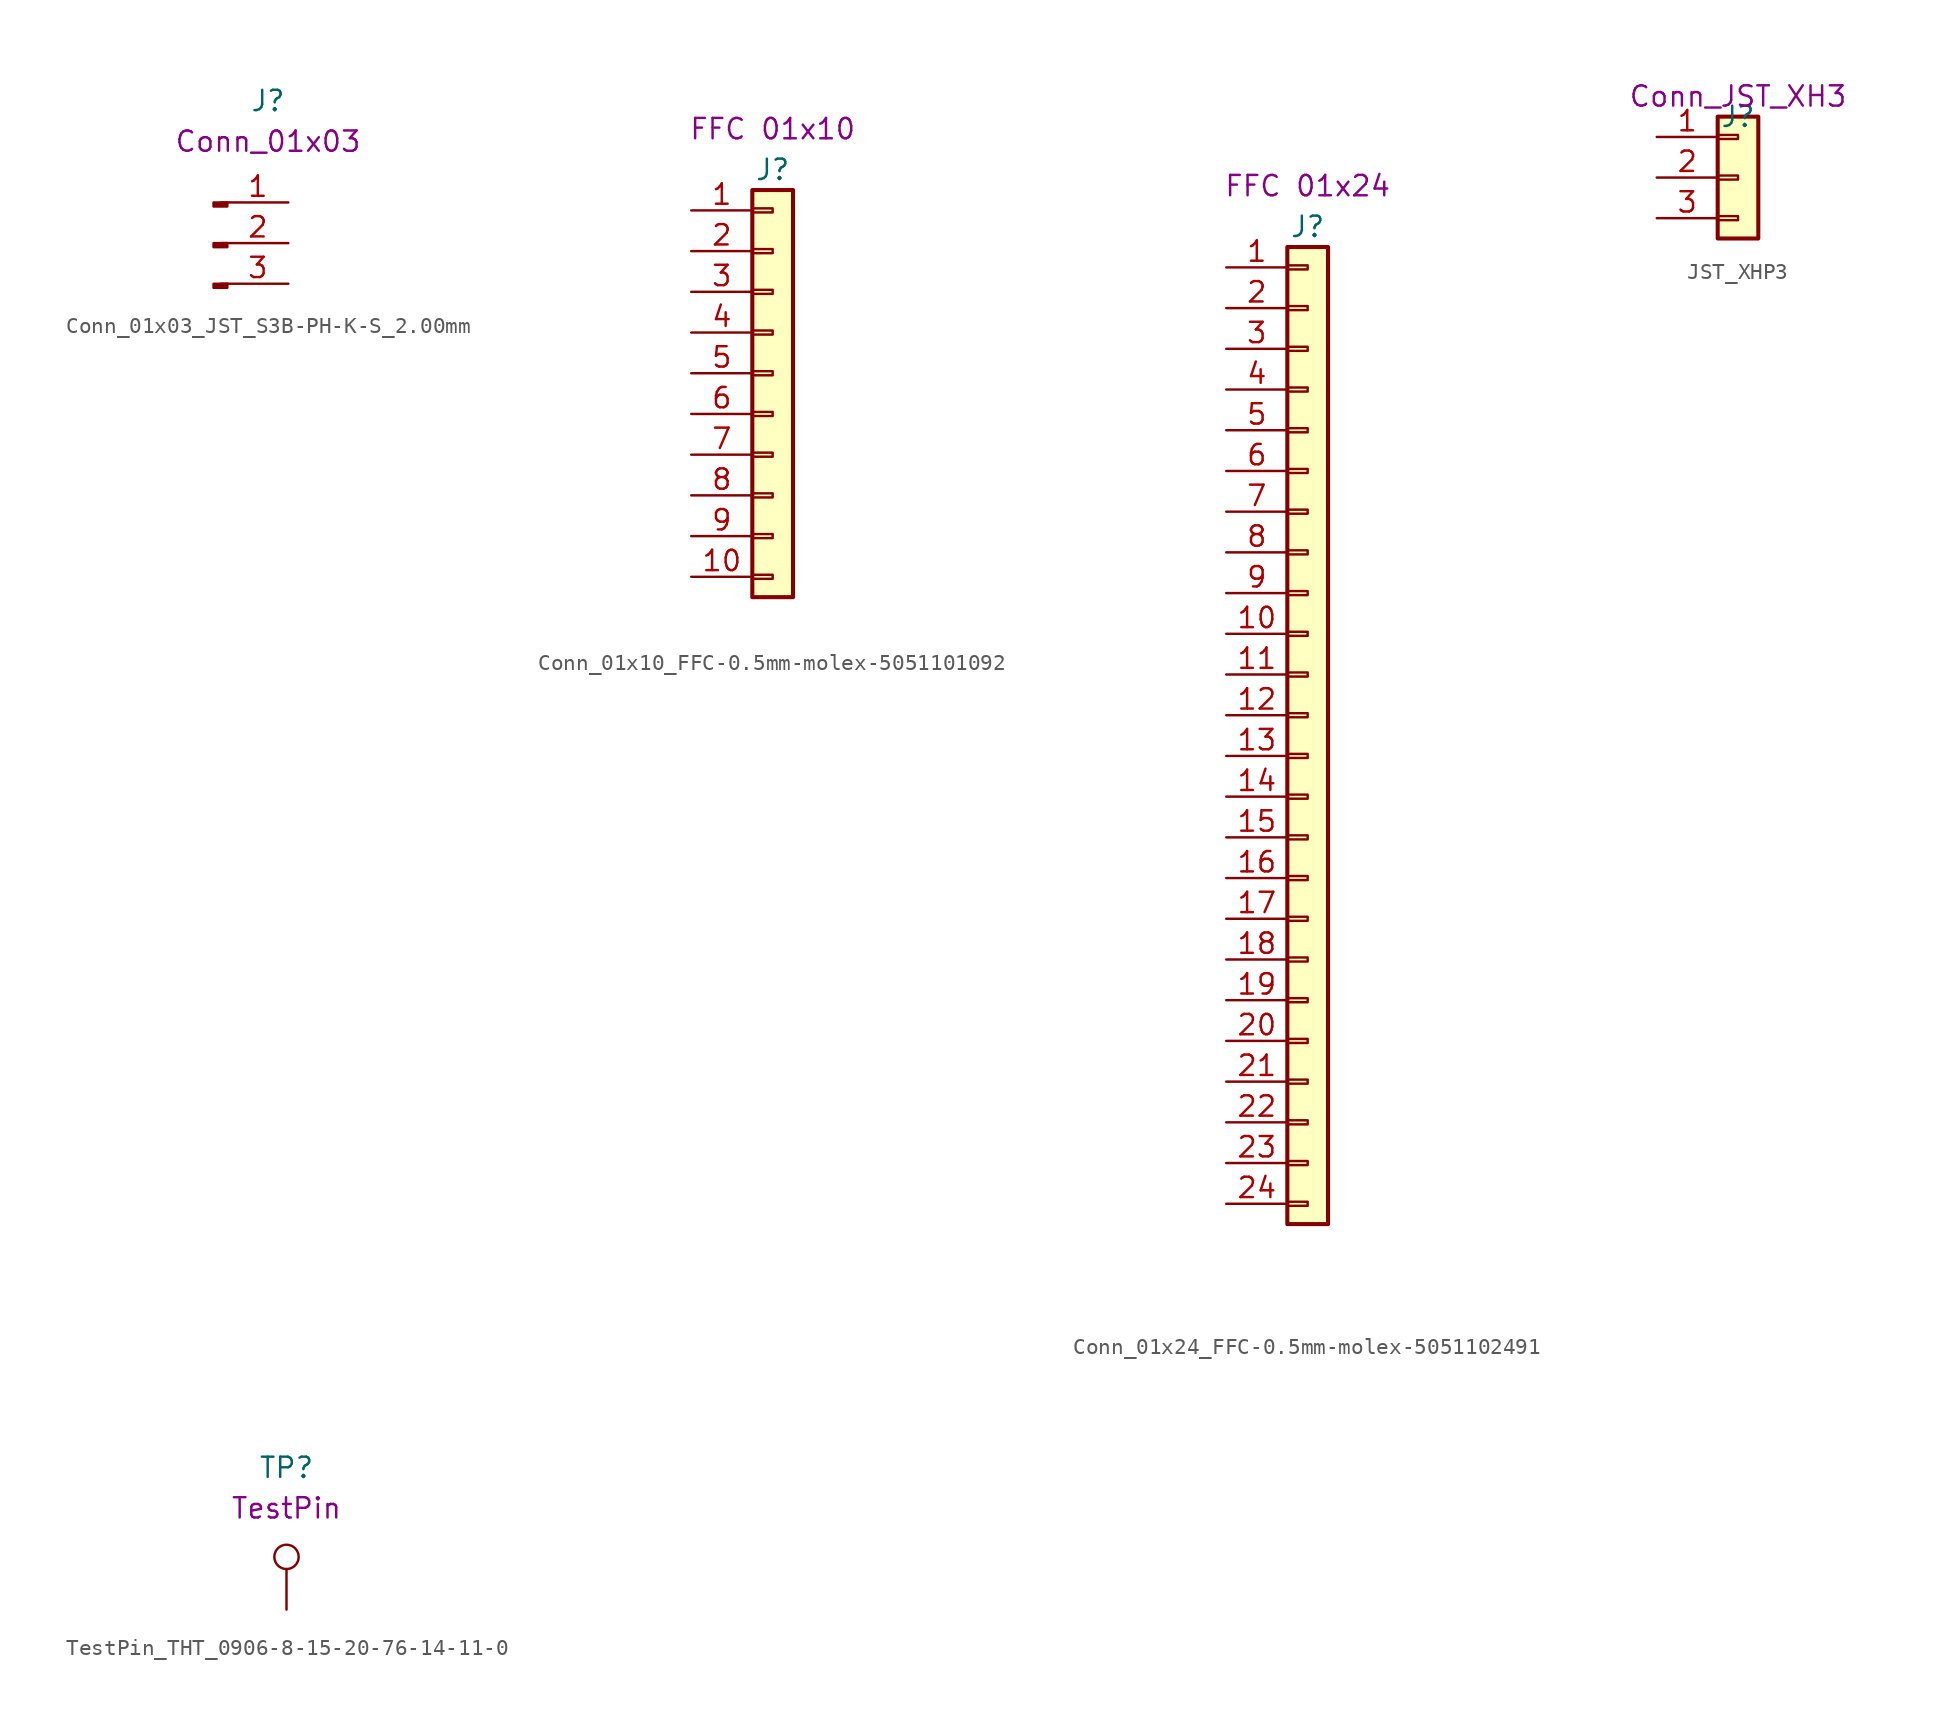
<source format=kicad_sym>
(kicad_symbol_lib
  (version 20211014)
  (generator kicad_symbol_editor)
  (symbol "Conn_01x03_JST_S3B-PH-K-S_2.00mm"
    (pin_names hide)
    (property "Reference" "J"
      (at 0 8.89 0)
      (effects (font (size 1.27 1.27))))
    (property "UserValue" "Conn_01x03"
      (at 0 6.35 0)
      (effects (font (size 1.27 1.27))))
    (symbol "Conn_01x03_JST_S3B-PH-K-S_2.00mm_1_1"
      (rectangle (start -2.54 -2.54) (end -3.404 -2.794) (stroke (width 0.152) (type default) (color 0 0 0 0)) (fill (type outline)))
      (rectangle (start -2.54 0) (end -3.404 -0.254) (stroke (width 0.152) (type default) (color 0 0 0 0)) (fill (type outline)))
      (rectangle (start -2.54 2.54) (end -3.404 2.286) (stroke (width 0.152) (type default) (color 0 0 0 0)) (fill (type outline)))
      (polyline (pts (xy -2.54 -2.54) (xy -2.946 -2.54)) (stroke (width 0.152) (type default) (color 0 0 0 0)) (fill (type none)))
      (polyline (pts (xy -2.54 0) (xy -2.946 0)) (stroke (width 0.152) (type default) (color 0 0 0 0)) (fill (type none)))
      (polyline (pts (xy -2.54 2.54) (xy -2.946 2.54)) (stroke (width 0.152) (type default) (color 0 0 0 0)) (fill (type none)))
      (pin passive line (at 1.27 2.54 180) (length 3.81) (name "Pin_1" (effects (font (size 1.27 1.27)))) (number "1" (effects (font (size 1.27 1.27)))))
      (pin passive line (at 1.27 0 180) (length 3.81) (name "Pin_2" (effects (font (size 1.27 1.27)))) (number "2" (effects (font (size 1.27 1.27)))))
      (pin passive line (at 1.27 -2.54 180) (length 3.81) (name "Pin_3" (effects (font (size 1.27 1.27)))) (number "3" (effects (font (size 1.27 1.27)))))))
  (symbol "Conn_01x10_FFC-0.5mm-molex-5051101092"
    (pin_names
      (offset 1.016) hide)
    (property "Reference" "J"
      (at 1.27 13.97 0)
      (effects (font (size 1.27 1.27))))
    (property "UserValue" "FFC 01x10"
      (at 1.27 16.51 0)
      (effects (font (size 1.27 1.27))))
    (symbol "Conn_01x10_FFC-0.5mm-molex-5051101092_1_1"
      (rectangle (start 0 -11.303) (end 1.27 -11.557) (stroke (width 0.152) (type default) (color 0 0 0 0)) (fill (type none)))
      (rectangle (start 0 -8.763) (end 1.27 -9.017) (stroke (width 0.152) (type default) (color 0 0 0 0)) (fill (type none)))
      (rectangle (start 0 -6.223) (end 1.27 -6.477) (stroke (width 0.152) (type default) (color 0 0 0 0)) (fill (type none)))
      (rectangle (start 0 -3.683) (end 1.27 -3.937) (stroke (width 0.152) (type default) (color 0 0 0 0)) (fill (type none)))
      (rectangle (start 0 -1.143) (end 1.27 -1.397) (stroke (width 0.152) (type default) (color 0 0 0 0)) (fill (type none)))
      (rectangle (start 0 1.397) (end 1.27 1.143) (stroke (width 0.152) (type default) (color 0 0 0 0)) (fill (type none)))
      (rectangle (start 0 3.937) (end 1.27 3.683) (stroke (width 0.152) (type default) (color 0 0 0 0)) (fill (type none)))
      (rectangle (start 0 6.477) (end 1.27 6.223) (stroke (width 0.152) (type default) (color 0 0 0 0)) (fill (type none)))
      (rectangle (start 0 9.017) (end 1.27 8.763) (stroke (width 0.152) (type default) (color 0 0 0 0)) (fill (type none)))
      (rectangle (start 0 11.557) (end 1.27 11.303) (stroke (width 0.152) (type default) (color 0 0 0 0)) (fill (type none)))
      (rectangle (start 0 12.7) (end 2.54 -12.7) (stroke (width 0.254) (type default) (color 0 0 0 0)) (fill (type background)))
      (pin passive line (at -3.81 11.43 0) (length 3.81) (name "Pin_1" (effects (font (size 1.27 1.27)))) (number "1" (effects (font (size 1.27 1.27)))))
      (pin passive line (at -3.81 -11.43 0) (length 3.81) (name "Pin_10" (effects (font (size 1.27 1.27)))) (number "10" (effects (font (size 1.27 1.27)))))
      (pin passive line (at -3.81 8.89 0) (length 3.81) (name "Pin_2" (effects (font (size 1.27 1.27)))) (number "2" (effects (font (size 1.27 1.27)))))
      (pin passive line (at -3.81 6.35 0) (length 3.81) (name "Pin_3" (effects (font (size 1.27 1.27)))) (number "3" (effects (font (size 1.27 1.27)))))
      (pin passive line (at -3.81 3.81 0) (length 3.81) (name "Pin_4" (effects (font (size 1.27 1.27)))) (number "4" (effects (font (size 1.27 1.27)))))
      (pin passive line (at -3.81 1.27 0) (length 3.81) (name "Pin_5" (effects (font (size 1.27 1.27)))) (number "5" (effects (font (size 1.27 1.27)))))
      (pin passive line (at -3.81 -1.27 0) (length 3.81) (name "Pin_6" (effects (font (size 1.27 1.27)))) (number "6" (effects (font (size 1.27 1.27)))))
      (pin passive line (at -3.81 -3.81 0) (length 3.81) (name "Pin_7" (effects (font (size 1.27 1.27)))) (number "7" (effects (font (size 1.27 1.27)))))
      (pin passive line (at -3.81 -6.35 0) (length 3.81) (name "Pin_8" (effects (font (size 1.27 1.27)))) (number "8" (effects (font (size 1.27 1.27)))))
      (pin passive line (at -3.81 -8.89 0) (length 3.81) (name "Pin_9" (effects (font (size 1.27 1.27)))) (number "9" (effects (font (size 1.27 1.27)))))))
  (symbol "Conn_01x24_FFC-0.5mm-molex-5051102491"
    (pin_names
      (offset 1.016) hide)
    (property "Reference" "J"
      (at 0 30.48 0)
      (effects (font (size 1.27 1.27))))
    (property "UserValue" "FFC 01x24"
      (at 0 33.02 0)
      (effects (font (size 1.27 1.27))))
    (symbol "Conn_01x24_FFC-0.5mm-molex-5051102491_1_1"
      (rectangle (start -1.27 -30.353) (end 0 -30.607) (stroke (width 0.152) (type default) (color 0 0 0 0)) (fill (type none)))
      (rectangle (start -1.27 -27.813) (end 0 -28.067) (stroke (width 0.152) (type default) (color 0 0 0 0)) (fill (type none)))
      (rectangle (start -1.27 -25.273) (end 0 -25.527) (stroke (width 0.152) (type default) (color 0 0 0 0)) (fill (type none)))
      (rectangle (start -1.27 -22.733) (end 0 -22.987) (stroke (width 0.152) (type default) (color 0 0 0 0)) (fill (type none)))
      (rectangle (start -1.27 -20.193) (end 0 -20.447) (stroke (width 0.152) (type default) (color 0 0 0 0)) (fill (type none)))
      (rectangle (start -1.27 -17.653) (end 0 -17.907) (stroke (width 0.152) (type default) (color 0 0 0 0)) (fill (type none)))
      (rectangle (start -1.27 -15.113) (end 0 -15.367) (stroke (width 0.152) (type default) (color 0 0 0 0)) (fill (type none)))
      (rectangle (start -1.27 -12.573) (end 0 -12.827) (stroke (width 0.152) (type default) (color 0 0 0 0)) (fill (type none)))
      (rectangle (start -1.27 -10.033) (end 0 -10.287) (stroke (width 0.152) (type default) (color 0 0 0 0)) (fill (type none)))
      (rectangle (start -1.27 -7.493) (end 0 -7.747) (stroke (width 0.152) (type default) (color 0 0 0 0)) (fill (type none)))
      (rectangle (start -1.27 -4.953) (end 0 -5.207) (stroke (width 0.152) (type default) (color 0 0 0 0)) (fill (type none)))
      (rectangle (start -1.27 -2.413) (end 0 -2.667) (stroke (width 0.152) (type default) (color 0 0 0 0)) (fill (type none)))
      (rectangle (start -1.27 0.127) (end 0 -0.127) (stroke (width 0.152) (type default) (color 0 0 0 0)) (fill (type none)))
      (rectangle (start -1.27 2.667) (end 0 2.413) (stroke (width 0.152) (type default) (color 0 0 0 0)) (fill (type none)))
      (rectangle (start -1.27 5.207) (end 0 4.953) (stroke (width 0.152) (type default) (color 0 0 0 0)) (fill (type none)))
      (rectangle (start -1.27 7.747) (end 0 7.493) (stroke (width 0.152) (type default) (color 0 0 0 0)) (fill (type none)))
      (rectangle (start -1.27 10.287) (end 0 10.033) (stroke (width 0.152) (type default) (color 0 0 0 0)) (fill (type none)))
      (rectangle (start -1.27 12.827) (end 0 12.573) (stroke (width 0.152) (type default) (color 0 0 0 0)) (fill (type none)))
      (rectangle (start -1.27 15.367) (end 0 15.113) (stroke (width 0.152) (type default) (color 0 0 0 0)) (fill (type none)))
      (rectangle (start -1.27 17.907) (end 0 17.653) (stroke (width 0.152) (type default) (color 0 0 0 0)) (fill (type none)))
      (rectangle (start -1.27 20.447) (end 0 20.193) (stroke (width 0.152) (type default) (color 0 0 0 0)) (fill (type none)))
      (rectangle (start -1.27 22.987) (end 0 22.733) (stroke (width 0.152) (type default) (color 0 0 0 0)) (fill (type none)))
      (rectangle (start -1.27 25.527) (end 0 25.273) (stroke (width 0.152) (type default) (color 0 0 0 0)) (fill (type none)))
      (rectangle (start -1.27 28.067) (end 0 27.813) (stroke (width 0.152) (type default) (color 0 0 0 0)) (fill (type none)))
      (rectangle (start -1.27 29.21) (end 1.27 -31.75) (stroke (width 0.254) (type default) (color 0 0 0 0)) (fill (type background)))
      (pin passive line (at -5.08 27.94 0) (length 3.81) (name "Pin_1" (effects (font (size 1.27 1.27)))) (number "1" (effects (font (size 1.27 1.27)))))
      (pin passive line (at -5.08 5.08 0) (length 3.81) (name "Pin_10" (effects (font (size 1.27 1.27)))) (number "10" (effects (font (size 1.27 1.27)))))
      (pin passive line (at -5.08 2.54 0) (length 3.81) (name "Pin_11" (effects (font (size 1.27 1.27)))) (number "11" (effects (font (size 1.27 1.27)))))
      (pin passive line (at -5.08 0 0) (length 3.81) (name "Pin_12" (effects (font (size 1.27 1.27)))) (number "12" (effects (font (size 1.27 1.27)))))
      (pin passive line (at -5.08 -2.54 0) (length 3.81) (name "Pin_13" (effects (font (size 1.27 1.27)))) (number "13" (effects (font (size 1.27 1.27)))))
      (pin passive line (at -5.08 -5.08 0) (length 3.81) (name "Pin_14" (effects (font (size 1.27 1.27)))) (number "14" (effects (font (size 1.27 1.27)))))
      (pin passive line (at -5.08 -7.62 0) (length 3.81) (name "Pin_15" (effects (font (size 1.27 1.27)))) (number "15" (effects (font (size 1.27 1.27)))))
      (pin passive line (at -5.08 -10.16 0) (length 3.81) (name "Pin_16" (effects (font (size 1.27 1.27)))) (number "16" (effects (font (size 1.27 1.27)))))
      (pin passive line (at -5.08 -12.7 0) (length 3.81) (name "Pin_17" (effects (font (size 1.27 1.27)))) (number "17" (effects (font (size 1.27 1.27)))))
      (pin passive line (at -5.08 -15.24 0) (length 3.81) (name "Pin_18" (effects (font (size 1.27 1.27)))) (number "18" (effects (font (size 1.27 1.27)))))
      (pin passive line (at -5.08 -17.78 0) (length 3.81) (name "Pin_19" (effects (font (size 1.27 1.27)))) (number "19" (effects (font (size 1.27 1.27)))))
      (pin passive line (at -5.08 25.4 0) (length 3.81) (name "Pin_2" (effects (font (size 1.27 1.27)))) (number "2" (effects (font (size 1.27 1.27)))))
      (pin passive line (at -5.08 -20.32 0) (length 3.81) (name "Pin_20" (effects (font (size 1.27 1.27)))) (number "20" (effects (font (size 1.27 1.27)))))
      (pin passive line (at -5.08 -22.86 0) (length 3.81) (name "Pin_21" (effects (font (size 1.27 1.27)))) (number "21" (effects (font (size 1.27 1.27)))))
      (pin passive line (at -5.08 -25.4 0) (length 3.81) (name "Pin_22" (effects (font (size 1.27 1.27)))) (number "22" (effects (font (size 1.27 1.27)))))
      (pin passive line (at -5.08 -27.94 0) (length 3.81) (name "Pin_23" (effects (font (size 1.27 1.27)))) (number "23" (effects (font (size 1.27 1.27)))))
      (pin passive line (at -5.08 -30.48 0) (length 3.81) (name "Pin_24" (effects (font (size 1.27 1.27)))) (number "24" (effects (font (size 1.27 1.27)))))
      (pin passive line (at -5.08 22.86 0) (length 3.81) (name "Pin_3" (effects (font (size 1.27 1.27)))) (number "3" (effects (font (size 1.27 1.27)))))
      (pin passive line (at -5.08 20.32 0) (length 3.81) (name "Pin_4" (effects (font (size 1.27 1.27)))) (number "4" (effects (font (size 1.27 1.27)))))
      (pin passive line (at -5.08 17.78 0) (length 3.81) (name "Pin_5" (effects (font (size 1.27 1.27)))) (number "5" (effects (font (size 1.27 1.27)))))
      (pin passive line (at -5.08 15.24 0) (length 3.81) (name "Pin_6" (effects (font (size 1.27 1.27)))) (number "6" (effects (font (size 1.27 1.27)))))
      (pin passive line (at -5.08 12.7 0) (length 3.81) (name "Pin_7" (effects (font (size 1.27 1.27)))) (number "7" (effects (font (size 1.27 1.27)))))
      (pin passive line (at -5.08 10.16 0) (length 3.81) (name "Pin_8" (effects (font (size 1.27 1.27)))) (number "8" (effects (font (size 1.27 1.27)))))
      (pin passive line (at -5.08 7.62 0) (length 3.81) (name "Pin_9" (effects (font (size 1.27 1.27)))) (number "9" (effects (font (size 1.27 1.27)))))))
  (symbol "JST_XHP3"
    (pin_names
      (offset 1.016) hide)
    (property "Reference" "J"
      (at 0 2.54 0)
      (effects (font (size 1.27 1.27))))
    (property "UserValue" "Conn_JST_XH3"
      (at 0 3.81 0)
      (effects (font (size 1.27 1.27))))
    (symbol "JST_XHP3_1_1"
      (rectangle (start -1.27 -3.683) (end 0 -3.937) (stroke (width 0.152) (type default) (color 0 0 0 0)) (fill (type none)))
      (rectangle (start -1.27 -1.143) (end 0 -1.397) (stroke (width 0.152) (type default) (color 0 0 0 0)) (fill (type none)))
      (rectangle (start -1.27 1.397) (end 0 1.143) (stroke (width 0.152) (type default) (color 0 0 0 0)) (fill (type none)))
      (rectangle (start -1.27 2.54) (end 1.27 -5.08) (stroke (width 0.254) (type default) (color 0 0 0 0)) (fill (type background)))
      (pin passive line (at -5.08 1.27 0) (length 3.81) (name "Pin_1" (effects (font (size 1.27 1.27)))) (number "1" (effects (font (size 1.27 1.27)))))
      (pin passive line (at -5.08 -1.27 0) (length 3.81) (name "Pin_2" (effects (font (size 1.27 1.27)))) (number "2" (effects (font (size 1.27 1.27)))))
      (pin passive line (at -5.08 -3.81 0) (length 3.81) (name "Pin_3" (effects (font (size 1.27 1.27)))) (number "3" (effects (font (size 1.27 1.27)))))))
  (symbol "TestPin_THT_0906-8-15-20-76-14-11-0"
    (pin_numbers hide)
    (pin_names
      (offset 0.762) hide)
    (property "Reference" "TP"
      (at 0 8.89 0)
      (effects (font (size 1.27 1.27))))
    (property "UserValue" "TestPin"
      (at 0 6.35 0)
      (effects (font (size 1.27 1.27))))
    (symbol "TestPin_THT_0906-8-15-20-76-14-11-0_0_1"
      (circle (center 0 3.302) (radius 0.762) (stroke (width 0) (type default) (color 0 0 0 0)) (fill (type none))))
    (symbol "TestPin_THT_0906-8-15-20-76-14-11-0_1_1"
      (pin passive line (at 0 0 90) (length 2.54) (name "1" (effects (font (size 1.27 1.27)))) (number "1" (effects (font (size 1.27 1.27))))))))
</source>
